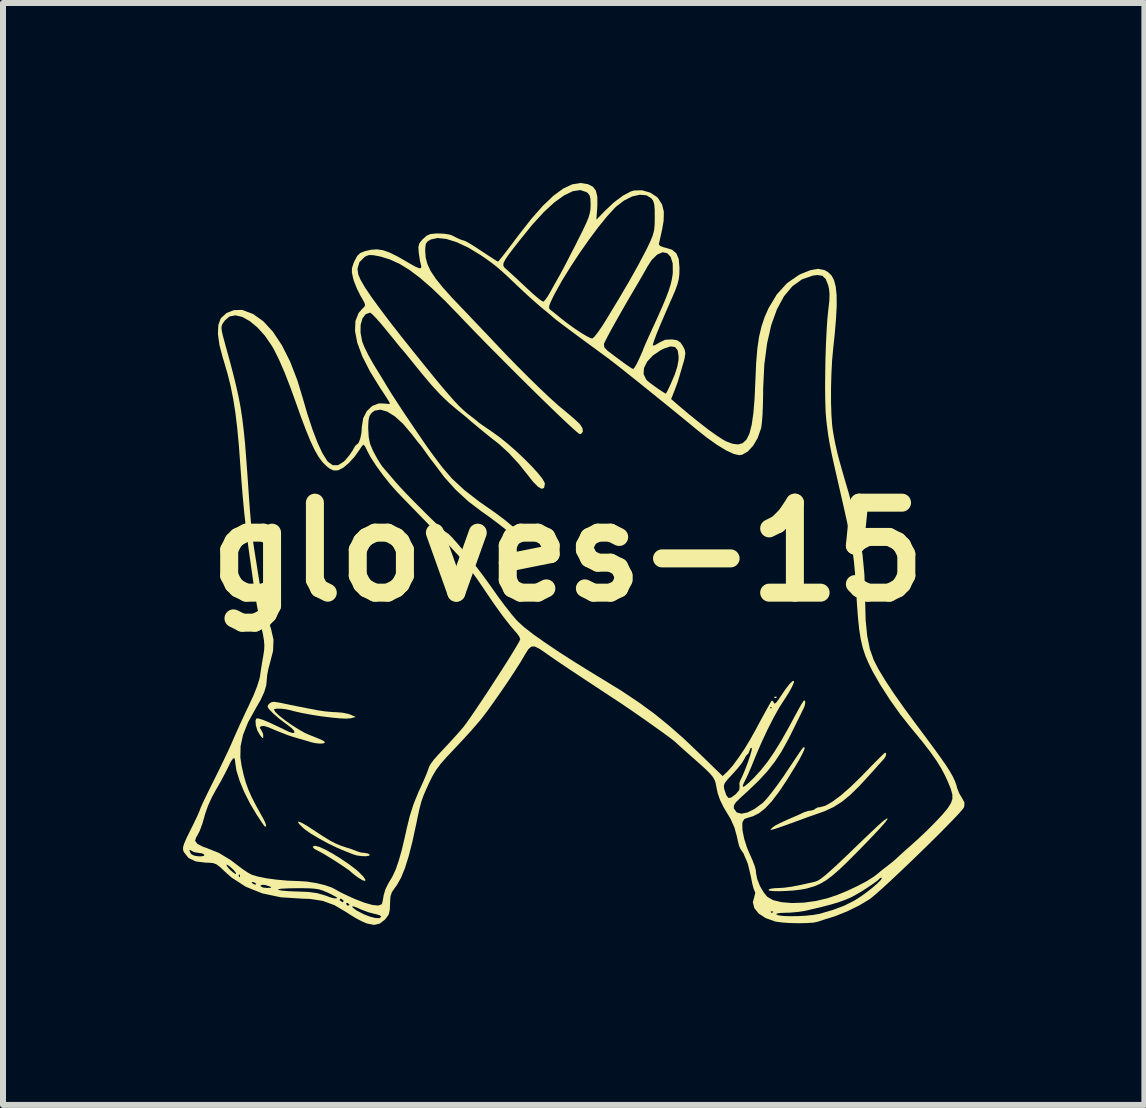
<source format=kicad_pcb>
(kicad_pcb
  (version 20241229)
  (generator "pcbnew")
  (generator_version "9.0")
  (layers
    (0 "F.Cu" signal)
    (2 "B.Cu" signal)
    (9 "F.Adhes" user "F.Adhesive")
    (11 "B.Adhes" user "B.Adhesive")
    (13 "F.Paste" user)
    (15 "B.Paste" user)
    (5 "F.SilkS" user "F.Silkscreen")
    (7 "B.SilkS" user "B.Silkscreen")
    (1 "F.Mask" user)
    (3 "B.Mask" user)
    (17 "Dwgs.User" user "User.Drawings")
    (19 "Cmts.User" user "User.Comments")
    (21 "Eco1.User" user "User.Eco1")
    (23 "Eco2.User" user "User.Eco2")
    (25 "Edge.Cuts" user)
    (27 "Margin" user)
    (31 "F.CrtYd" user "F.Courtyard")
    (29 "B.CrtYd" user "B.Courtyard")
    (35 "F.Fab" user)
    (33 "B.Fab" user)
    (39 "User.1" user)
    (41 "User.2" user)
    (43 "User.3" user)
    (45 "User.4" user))
  (footprint "gloves-15"
    (layer "F.Cu")
    (at 6.413 6.15)
    (property "Reference" "gloves-15" (at 0 0 0) (layer "F.SilkS") (effects (font (size 1.5 1.5) (thickness 0.3))))
    (attr board_only exclude_from_pos_files exclude_from_bom)
    (fp_poly (pts (xy 3.481 2.415) (xy 3.476 2.432) (xy 3.461 2.434) (xy 3.437 2.424) (xy 3.441 2.415) (xy 3.476 2.411)) (stroke (width 0) (type solid)) (fill yes) (layer "F.SilkS"))
    (fp_poly (pts (xy -4.142 4.915) (xy -4.042 4.96) (xy -3.92 5.027) (xy -3.788 5.108) (xy -3.658 5.196) (xy -3.542 5.283) (xy -3.487 5.33) (xy -3.409 5.408) (xy -3.373 5.461) (xy -3.377 5.484) (xy -3.421 5.472) (xy -3.504 5.42) (xy -3.505 5.419) (xy -3.567 5.372) (xy -3.605 5.34) (xy -3.608 5.337) (xy -3.644 5.306) (xy -3.718 5.255) (xy -3.815 5.19) (xy -3.921 5.122) (xy -4.024 5.059) (xy -4.108 5.009) (xy -4.158 4.984) (xy -4.227 4.946) (xy -4.252 4.916) (xy -4.227 4.899) (xy -4.208 4.898)) (stroke (width 0) (type solid)) (fill yes) (layer "F.SilkS"))
    (fp_poly (pts (xy -4.42 4.521) (xy -4.324 4.578) (xy -4.24 4.633) (xy -4.085 4.735) (xy -3.963 4.81) (xy -3.863 4.862) (xy -3.77 4.9) (xy -3.696 4.924) (xy -3.604 4.953) (xy -3.531 4.981) (xy -3.513 4.989) (xy -3.442 5.01) (xy -3.39 5.015) (xy -3.328 5.026) (xy -3.3 5.045) (xy -3.311 5.063) (xy -3.362 5.071) (xy -3.437 5.069) (xy -3.516 5.058) (xy -3.578 5.039) (xy -3.658 5.007) (xy -3.71 4.987) (xy -3.843 4.931) (xy -3.992 4.859) (xy -4.141 4.778) (xy -4.275 4.699) (xy -4.376 4.629) (xy -4.403 4.606) (xy -4.474 4.537) (xy -4.498 4.5) (xy -4.479 4.495)) (stroke (width 0) (type solid)) (fill yes) (layer "F.SilkS"))
    (fp_poly (pts (xy 5.33 4.451) (xy 5.293 4.503) (xy 5.214 4.594) (xy 5.094 4.723) (xy 4.933 4.89) (xy 4.835 4.99) (xy 4.663 5.163) (xy 4.522 5.297) (xy 4.404 5.399) (xy 4.302 5.475) (xy 4.206 5.531) (xy 4.109 5.572) (xy 4.004 5.603) (xy 3.974 5.611) (xy 3.879 5.628) (xy 3.764 5.642) (xy 3.64 5.65) (xy 3.523 5.654) (xy 3.425 5.652) (xy 3.361 5.645) (xy 3.344 5.633) (xy 3.371 5.615) (xy 3.442 5.604) (xy 3.498 5.602) (xy 3.603 5.596) (xy 3.734 5.578) (xy 3.899 5.546) (xy 4.11 5.498) (xy 4.128 5.494) (xy 4.167 5.478) (xy 4.22 5.445) (xy 4.29 5.39) (xy 4.383 5.309) (xy 4.503 5.199) (xy 4.655 5.055) (xy 4.842 4.874) (xy 4.968 4.753) (xy 5.083 4.644) (xy 5.179 4.554) (xy 5.249 4.492) (xy 5.279 4.467) (xy 5.326 4.439)) (stroke (width 0) (type solid)) (fill yes) (layer "F.SilkS"))
    (fp_poly (pts (xy 5.308 3.364) (xy 5.297 3.409) (xy 5.272 3.446) (xy 5.238 3.484) (xy 5.175 3.554) (xy 5.093 3.646) (xy 5.03 3.716) (xy 4.857 3.904) (xy 4.707 4.051) (xy 4.569 4.163) (xy 4.435 4.249) (xy 4.294 4.315) (xy 4.194 4.352) (xy 4.104 4.383) (xy 3.982 4.426) (xy 3.85 4.475) (xy 3.813 4.488) (xy 3.658 4.545) (xy 3.528 4.59) (xy 3.433 4.621) (xy 3.382 4.634) (xy 3.378 4.634) (xy 3.388 4.618) (xy 3.408 4.596) (xy 3.454 4.562) (xy 3.538 4.518) (xy 3.665 4.46) (xy 3.776 4.412) (xy 3.86 4.375) (xy 3.928 4.343) (xy 3.937 4.338) (xy 4.011 4.315) (xy 4.045 4.312) (xy 4.102 4.298) (xy 4.121 4.282) (xy 4.162 4.259) (xy 4.206 4.253) (xy 4.292 4.23) (xy 4.408 4.164) (xy 4.55 4.059) (xy 4.712 3.917) (xy 4.89 3.744) (xy 4.946 3.686) (xy 5.057 3.571) (xy 5.155 3.472) (xy 5.231 3.397) (xy 5.278 3.352) (xy 5.291 3.344)) (stroke (width 0) (type solid)) (fill yes) (layer "F.SilkS"))
    (fp_poly (pts (xy -4.826 2.507) (xy -4.76 2.52) (xy -4.638 2.546) (xy -4.515 2.571) (xy -4.458 2.582) (xy -4.347 2.604) (xy -4.22 2.628) (xy -4.17 2.638) (xy -4.044 2.657) (xy -3.909 2.669) (xy -3.862 2.67) (xy -3.754 2.679) (xy -3.656 2.699) (xy -3.622 2.711) (xy -3.534 2.75) (xy -3.619 2.772) (xy -3.688 2.778) (xy -3.802 2.773) (xy -3.946 2.759) (xy -4.108 2.739) (xy -4.274 2.713) (xy -4.431 2.684) (xy -4.566 2.653) (xy -4.622 2.638) (xy -4.699 2.621) (xy -4.784 2.612) (xy -4.856 2.612) (xy -4.895 2.621) (xy -4.898 2.626) (xy -4.874 2.666) (xy -4.811 2.727) (xy -4.719 2.8) (xy -4.611 2.877) (xy -4.497 2.95) (xy -4.389 3.012) (xy -4.307 3.049) (xy -4.183 3.098) (xy -4.105 3.131) (xy -4.063 3.154) (xy -4.048 3.17) (xy -4.048 3.175) (xy -4.073 3.191) (xy -4.136 3.194) (xy -4.217 3.185) (xy -4.282 3.169) (xy -4.357 3.146) (xy -4.454 3.118) (xy -4.488 3.109) (xy -4.586 3.08) (xy -4.672 3.051) (xy -4.693 3.043) (xy -4.773 3.011) (xy -4.825 2.991) (xy -4.891 2.964) (xy -4.976 2.928) (xy -4.986 2.923) (xy -5.063 2.9) (xy -5.115 2.904) (xy -5.133 2.93) (xy -5.109 2.968) (xy -5.08 3.026) (xy -5.075 3.064) (xy -5.078 3.101) (xy -5.095 3.096) (xy -5.131 3.051) (xy -5.174 2.974) (xy -5.2 2.886) (xy -5.204 2.81) (xy -5.191 2.775) (xy -5.155 2.775) (xy -5.08 2.798) (xy -4.979 2.84) (xy -4.937 2.859) (xy -4.824 2.913) (xy -4.724 2.961) (xy -4.654 2.994) (xy -4.642 3) (xy -4.585 3.017) (xy -4.557 3.013) (xy -4.559 2.983) (xy -4.605 2.933) (xy -4.701 2.86) (xy -4.722 2.845) (xy -4.81 2.778) (xy -4.903 2.697) (xy -4.925 2.676) (xy -4.983 2.615) (xy -5.004 2.577) (xy -4.992 2.547) (xy -4.977 2.53) (xy -4.943 2.505) (xy -4.899 2.497)) (stroke (width 0) (type solid)) (fill yes) (layer "F.SilkS"))
    (fp_poly (pts (xy 0.337 -6.13) (xy 0.419 -6.088) (xy 0.469 -6.021) (xy 0.493 -5.92) (xy 0.493 -5.774) (xy 0.492 -5.748) (xy 0.477 -5.538) (xy 0.621 -5.687) (xy 0.774 -5.831) (xy 0.921 -5.94) (xy 1.051 -6.009) (xy 1.105 -6.025) (xy 1.238 -6.029) (xy 1.373 -5.99) (xy 1.485 -5.918) (xy 1.507 -5.894) (xy 1.572 -5.791) (xy 1.602 -5.67) (xy 1.598 -5.521) (xy 1.574 -5.381) (xy 1.55 -5.271) (xy 1.53 -5.183) (xy 1.519 -5.132) (xy 1.518 -5.129) (xy 1.539 -5.1) (xy 1.606 -5.076) (xy 1.623 -5.073) (xy 1.736 -5.039) (xy 1.81 -4.978) (xy 1.85 -4.881) (xy 1.862 -4.739) (xy 1.862 -4.729) (xy 1.86 -4.631) (xy 1.85 -4.547) (xy 1.828 -4.461) (xy 1.791 -4.358) (xy 1.732 -4.222) (xy 1.713 -4.18) (xy 1.62 -3.966) (xy 1.541 -3.782) (xy 1.48 -3.632) (xy 1.439 -3.522) (xy 1.419 -3.457) (xy 1.418 -3.441) (xy 1.45 -3.446) (xy 1.507 -3.478) (xy 1.523 -3.489) (xy 1.62 -3.536) (xy 1.736 -3.543) (xy 1.823 -3.529) (xy 1.877 -3.493) (xy 1.917 -3.436) (xy 1.95 -3.37) (xy 1.96 -3.313) (xy 1.949 -3.236) (xy 1.937 -3.186) (xy 1.835 -2.84) (xy 1.774 -2.675) (xy 1.723 -2.549) (xy 1.849 -2.44) (xy 2.021 -2.295) (xy 2.19 -2.159) (xy 2.346 -2.038) (xy 2.482 -1.941) (xy 2.588 -1.872) (xy 2.632 -1.847) (xy 2.745 -1.804) (xy 2.839 -1.792) (xy 2.916 -1.814) (xy 2.979 -1.874) (xy 3.029 -1.975) (xy 3.066 -2.121) (xy 3.094 -2.314) (xy 3.114 -2.559) (xy 3.127 -2.859) (xy 3.128 -2.874) (xy 3.14 -3.155) (xy 3.16 -3.389) (xy 3.188 -3.586) (xy 3.229 -3.758) (xy 3.282 -3.917) (xy 3.346 -4.062) (xy 3.485 -4.294) (xy 3.655 -4.481) (xy 3.852 -4.617) (xy 3.886 -4.634) (xy 4.044 -4.697) (xy 4.172 -4.719) (xy 4.278 -4.699) (xy 4.338 -4.665) (xy 4.395 -4.61) (xy 4.438 -4.531) (xy 4.466 -4.425) (xy 4.481 -4.284) (xy 4.483 -4.106) (xy 4.471 -3.883) (xy 4.448 -3.612) (xy 4.425 -3.402) (xy 4.406 -3.193) (xy 4.394 -2.962) (xy 4.388 -2.723) (xy 4.388 -2.491) (xy 4.395 -2.279) (xy 4.408 -2.102) (xy 4.421 -2.009) (xy 4.44 -1.901) (xy 4.458 -1.808) (xy 4.478 -1.719) (xy 4.5 -1.624) (xy 4.529 -1.515) (xy 4.567 -1.38) (xy 4.616 -1.21) (xy 4.679 -0.996) (xy 4.691 -0.953) (xy 4.79 -0.591) (xy 4.864 -0.261) (xy 4.914 0.054) (xy 4.944 0.371) (xy 4.956 0.711) (xy 4.957 0.82) (xy 4.965 1.134) (xy 4.991 1.397) (xy 5.035 1.617) (xy 5.099 1.798) (xy 5.102 1.805) (xy 5.179 1.954) (xy 5.293 2.143) (xy 5.44 2.365) (xy 5.617 2.616) (xy 5.807 2.874) (xy 5.976 3.1) (xy 6.113 3.286) (xy 6.222 3.437) (xy 6.307 3.559) (xy 6.37 3.658) (xy 6.417 3.741) (xy 6.451 3.813) (xy 6.476 3.88) (xy 6.494 3.946) (xy 6.527 4.027) (xy 6.573 4.104) (xy 6.612 4.175) (xy 6.609 4.239) (xy 6.604 4.256) (xy 6.575 4.296) (xy 6.51 4.37) (xy 6.413 4.472) (xy 6.291 4.597) (xy 6.151 4.738) (xy 5.997 4.89) (xy 5.835 5.048) (xy 5.673 5.204) (xy 5.515 5.354) (xy 5.368 5.492) (xy 5.238 5.611) (xy 5.131 5.706) (xy 5.052 5.772) (xy 5.024 5.792) (xy 4.855 5.893) (xy 4.657 5.99) (xy 4.461 6.069) (xy 4.37 6.098) (xy 4.274 6.127) (xy 4.191 6.155) (xy 4.171 6.162) (xy 4.1 6.177) (xy 3.988 6.185) (xy 3.852 6.188) (xy 3.71 6.185) (xy 3.578 6.176) (xy 3.474 6.162) (xy 3.452 6.157) (xy 3.298 6.102) (xy 3.207 6.042) (xy 3.476 6.042) (xy 3.514 6.057) (xy 3.597 6.067) (xy 3.71 6.071) (xy 3.84 6.069) (xy 3.973 6.062) (xy 4.095 6.049) (xy 4.191 6.032) (xy 4.2 6.03) (xy 4.426 5.964) (xy 4.611 5.894) (xy 4.771 5.813) (xy 4.79 5.802) (xy 4.884 5.742) (xy 4.985 5.669) (xy 5.081 5.594) (xy 5.161 5.524) (xy 5.217 5.468) (xy 5.237 5.434) (xy 5.235 5.431) (xy 5.206 5.433) (xy 5.197 5.444) (xy 5.16 5.479) (xy 5.086 5.533) (xy 4.99 5.598) (xy 4.887 5.664) (xy 4.79 5.72) (xy 4.722 5.756) (xy 4.621 5.799) (xy 4.511 5.839) (xy 4.379 5.878) (xy 4.214 5.921) (xy 4.005 5.97) (xy 3.954 5.982) (xy 3.844 5.999) (xy 3.713 6.011) (xy 3.637 6.013) (xy 3.535 6.017) (xy 3.481 6.029) (xy 3.476 6.042) (xy 3.207 6.042) (xy 3.182 6.026) (xy 3.156 5.993) (xy 3.383 5.993) (xy 3.387 6.011) (xy 3.402 6.013) (xy 3.426 6.002) (xy 3.422 5.993) (xy 3.387 5.99) (xy 3.383 5.993) (xy 3.156 5.993) (xy 3.11 5.936) (xy 3.085 5.838) (xy 3.109 5.748) (xy 3.126 5.679) (xy 3.114 5.652) (xy 3.096 5.607) (xy 3.074 5.522) (xy 3.053 5.413) (xy 3.05 5.399) (xy 3.001 5.195) (xy 2.929 5.025) (xy 2.874 4.942) (xy 2.856 4.899) (xy 2.835 4.818) (xy 2.818 4.737) (xy 2.778 4.593) (xy 2.715 4.451) (xy 2.693 4.414) (xy 2.6 4.259) (xy 2.538 4.134) (xy 2.499 4.022) (xy 2.477 3.918) (xy 2.473 3.894) (xy 2.602 3.894) (xy 2.605 3.939) (xy 2.61 3.958) (xy 2.643 4.055) (xy 2.677 4.099) (xy 2.722 4.094) (xy 2.791 4.044) (xy 2.801 4.036) (xy 2.859 3.968) (xy 2.864 3.917) (xy 2.861 3.851) (xy 2.871 3.819) (xy 2.917 3.721) (xy 2.964 3.607) (xy 3.007 3.492) (xy 3.042 3.387) (xy 3.065 3.307) (xy 3.069 3.265) (xy 3.068 3.263) (xy 3.047 3.271) (xy 3.031 3.308) (xy 3.011 3.359) (xy 2.995 3.373) (xy 2.972 3.397) (xy 2.941 3.454) (xy 2.94 3.456) (xy 2.902 3.518) (xy 2.835 3.603) (xy 2.754 3.694) (xy 2.744 3.705) (xy 2.664 3.791) (xy 2.619 3.849) (xy 2.602 3.894) (xy 2.473 3.894) (xy 2.466 3.858) (xy 2.45 3.806) (xy 2.422 3.755) (xy 2.375 3.698) (xy 2.304 3.626) (xy 2.201 3.532) (xy 2.061 3.408) (xy 2.053 3.401) (xy 1.952 3.312) (xy 1.868 3.237) (xy 1.811 3.185) (xy 1.789 3.164) (xy 1.757 3.138) (xy 1.686 3.084) (xy 1.585 3.01) (xy 1.463 2.923) (xy 1.328 2.827) (xy 1.191 2.731) (xy 1.059 2.639) (xy 0.942 2.56) (xy 0.88 2.518) (xy 0.617 2.345) (xy 0.399 2.201) (xy 0.218 2.082) (xy 0.071 1.984) (xy -0.048 1.905) (xy -0.145 1.839) (xy -0.225 1.785) (xy -0.292 1.738) (xy -0.353 1.695) (xy -0.363 1.688) (xy -0.473 1.613) (xy -0.551 1.575) (xy -0.607 1.577) (xy -0.656 1.62) (xy -0.71 1.705) (xy -0.725 1.731) (xy -0.79 1.841) (xy -0.882 1.985) (xy -0.991 2.151) (xy -1.109 2.324) (xy -1.227 2.492) (xy -1.335 2.643) (xy -1.426 2.763) (xy -1.429 2.767) (xy -1.514 2.869) (xy -1.626 2.997) (xy -1.753 3.136) (xy -1.879 3.27) (xy -1.893 3.285) (xy -2.024 3.424) (xy -2.122 3.536) (xy -2.195 3.635) (xy -2.254 3.734) (xy -2.301 3.828) (xy -2.362 3.96) (xy -2.407 4.067) (xy -2.441 4.165) (xy -2.47 4.273) (xy -2.5 4.41) (xy -2.522 4.517) (xy -2.587 4.818) (xy -2.65 5.067) (xy -2.713 5.267) (xy -2.777 5.426) (xy -2.845 5.548) (xy -2.888 5.607) (xy -2.933 5.673) (xy -2.956 5.747) (xy -2.962 5.853) (xy -2.962 5.865) (xy -2.967 5.97) (xy -2.984 6.041) (xy -3.024 6.1) (xy -3.047 6.127) (xy -3.133 6.194) (xy -3.228 6.216) (xy -3.344 6.193) (xy -3.42 6.162) (xy -3.514 6.114) (xy -3.624 6.048) (xy -3.692 6.003) (xy -3.831 5.921) (xy -3.59 5.921) (xy -3.541 5.96) (xy -3.512 5.979) (xy -3.405 6.036) (xy -3.298 6.078) (xy -3.205 6.101) (xy -3.138 6.103) (xy -3.109 6.08) (xy -3.109 6.075) (xy -3.135 6.055) (xy -3.199 6.036) (xy -3.219 6.032) (xy -3.316 6.007) (xy -3.425 5.967) (xy -3.457 5.953) (xy -3.544 5.915) (xy -3.59 5.905) (xy -3.59 5.921) (xy -3.831 5.921) (xy -3.888 5.887) (xy -3.951 5.864) (xy -3.696 5.864) (xy -3.674 5.894) (xy -3.666 5.895) (xy -3.638 5.885) (xy -3.637 5.882) (xy -3.658 5.857) (xy -3.666 5.851) (xy -3.693 5.854) (xy -3.696 5.864) (xy -3.951 5.864) (xy -4.082 5.816) (xy -4.208 5.796) (xy -3.803 5.796) (xy -3.798 5.807) (xy -3.759 5.836) (xy -3.751 5.837) (xy -3.735 5.819) (xy -3.74 5.807) (xy -3.778 5.779) (xy -3.787 5.778) (xy -3.803 5.796) (xy -4.208 5.796) (xy -4.295 5.783) (xy -4.429 5.778) (xy -4.779 5.756) (xy -5.092 5.69) (xy -5.262 5.622) (xy -4.828 5.622) (xy -4.825 5.631) (xy -4.77 5.643) (xy -4.673 5.652) (xy -4.553 5.658) (xy -4.504 5.659) (xy -4.324 5.666) (xy -4.179 5.686) (xy -4.042 5.725) (xy -3.974 5.751) (xy -3.903 5.772) (xy -3.853 5.774) (xy -3.842 5.764) (xy -3.867 5.746) (xy -3.93 5.712) (xy -4.004 5.676) (xy -4.08 5.644) (xy -4.149 5.623) (xy -4.229 5.611) (xy -4.332 5.605) (xy -4.475 5.604) (xy -4.525 5.604) (xy -4.677 5.607) (xy -4.779 5.613) (xy -4.828 5.622) (xy -5.262 5.622) (xy -5.368 5.579) (xy -5.395 5.562) (xy -5.121 5.562) (xy -5.118 5.573) (xy -5.079 5.593) (xy -5.009 5.6) (xy -5.006 5.6) (xy -4.948 5.596) (xy -4.944 5.587) (xy -4.971 5.573) (xy -5.042 5.551) (xy -5.097 5.547) (xy -5.121 5.562) (xy -5.395 5.562) (xy -5.488 5.501) (xy -5.267 5.501) (xy -5.265 5.514) (xy -5.233 5.539) (xy -5.2 5.543) (xy -5.191 5.532) (xy -5.214 5.513) (xy -5.237 5.503) (xy -5.267 5.501) (xy -5.488 5.501) (xy -5.607 5.424) (xy -5.637 5.397) (xy -5.485 5.397) (xy -5.474 5.421) (xy -5.465 5.416) (xy -5.462 5.382) (xy -5.465 5.377) (xy -5.483 5.381) (xy -5.485 5.397) (xy -5.637 5.397) (xy -5.712 5.33) (xy -5.794 5.252) (xy -5.85 5.21) (xy -5.688 5.21) (xy -5.68 5.236) (xy -5.643 5.282) (xy -5.593 5.329) (xy -5.548 5.362) (xy -5.531 5.367) (xy -5.53 5.35) (xy -5.564 5.306) (xy -5.587 5.283) (xy -5.644 5.233) (xy -5.682 5.21) (xy -5.688 5.21) (xy -5.85 5.21) (xy -5.854 5.207) (xy -5.912 5.185) (xy -5.986 5.179) (xy -6.036 5.178) (xy -6.2 5.158) (xy -6.321 5.1) (xy -6.398 5.003) (xy -6.401 4.997) (xy -6.408 4.974) (xy -6.306 4.974) (xy -6.287 5.019) (xy -6.271 5.039) (xy -6.228 5.061) (xy -6.165 5.072) (xy -6.103 5.073) (xy -6.061 5.063) (xy -6.057 5.045) (xy -6.097 5.023) (xy -6.155 5.015) (xy -6.228 5.003) (xy -6.271 4.98) (xy -6.3 4.964) (xy -6.306 4.974) (xy -6.408 4.974) (xy -6.413 4.96) (xy -6.411 4.915) (xy -6.391 4.853) (xy -6.374 4.814) (xy -6.211 4.814) (xy -6.172 4.866) (xy -6.077 4.914) (xy -6.035 4.928) (xy -5.818 5.014) (xy -5.619 5.134) (xy -5.517 5.212) (xy -5.422 5.284) (xy -5.33 5.345) (xy -5.268 5.379) (xy -5.164 5.41) (xy -5.019 5.439) (xy -4.849 5.462) (xy -4.67 5.478) (xy -4.5 5.485) (xy -4.491 5.485) (xy -4.347 5.494) (xy -4.194 5.518) (xy -4.048 5.553) (xy -3.927 5.595) (xy -3.85 5.637) (xy -3.809 5.661) (xy -3.727 5.702) (xy -3.62 5.752) (xy -3.557 5.78) (xy -3.391 5.845) (xy -3.256 5.883) (xy -3.159 5.893) (xy -3.104 5.873) (xy -3.096 5.859) (xy -3.083 5.807) (xy -3.069 5.727) (xy -3.067 5.715) (xy -3.037 5.617) (xy -2.988 5.519) (xy -2.982 5.51) (xy -2.922 5.409) (xy -2.868 5.292) (xy -2.818 5.148) (xy -2.767 4.969) (xy -2.714 4.745) (xy -2.685 4.612) (xy -2.631 4.393) (xy -2.568 4.196) (xy -2.485 3.993) (xy -2.449 3.916) (xy -2.399 3.806) (xy -2.358 3.708) (xy -2.332 3.641) (xy -2.331 3.637) (xy -2.311 3.581) (xy -2.281 3.527) (xy -2.233 3.463) (xy -2.16 3.38) (xy -2.053 3.266) (xy -2.048 3.26) (xy -1.946 3.151) (xy -1.842 3.036) (xy -1.755 2.936) (xy -1.739 2.917) (xy -1.689 2.851) (xy -1.618 2.75) (xy -1.529 2.62) (xy -1.429 2.471) (xy -1.322 2.309) (xy -1.213 2.141) (xy -1.106 1.976) (xy -1.008 1.822) (xy -0.923 1.685) (xy -0.855 1.573) (xy -0.81 1.494) (xy -0.792 1.456) (xy -0.792 1.455) (xy -0.81 1.407) (xy -0.843 1.362) (xy -0.96 1.226) (xy -1.084 1.067) (xy -1.222 0.875) (xy -1.381 0.642) (xy -1.408 0.601) (xy -1.511 0.45) (xy -1.608 0.316) (xy -1.709 0.189) (xy -1.823 0.058) (xy -1.959 -0.089) (xy -2.126 -0.262) (xy -2.171 -0.308) (xy -2.322 -0.462) (xy -2.47 -0.614) (xy -2.607 -0.755) (xy -2.725 -0.876) (xy -2.814 -0.969) (xy -2.842 -0.997) (xy -2.96 -1.131) (xy -3.079 -1.28) (xy -3.19 -1.432) (xy -3.281 -1.572) (xy -3.343 -1.686) (xy -3.346 -1.694) (xy -3.377 -1.757) (xy -3.401 -1.788) (xy -3.403 -1.789) (xy -3.428 -1.767) (xy -3.465 -1.713) (xy -3.468 -1.708) (xy -3.552 -1.589) (xy -3.647 -1.484) (xy -3.742 -1.404) (xy -3.822 -1.363) (xy -3.831 -1.361) (xy -3.9 -1.358) (xy -3.964 -1.386) (xy -4.024 -1.433) (xy -4.091 -1.501) (xy -4.155 -1.589) (xy -4.22 -1.703) (xy -4.289 -1.849) (xy -4.365 -2.035) (xy -4.452 -2.266) (xy -4.517 -2.449) (xy -4.626 -2.751) (xy -4.724 -3.002) (xy -4.814 -3.208) (xy -4.897 -3.375) (xy -4.934 -3.439) (xy -5.047 -3.603) (xy -5.171 -3.741) (xy -5.299 -3.847) (xy -5.423 -3.917) (xy -5.537 -3.944) (xy -5.633 -3.926) (xy -5.647 -3.917) (xy -5.713 -3.86) (xy -5.75 -3.81) (xy -5.766 -3.775) (xy -5.772 -3.737) (xy -5.766 -3.683) (xy -5.748 -3.602) (xy -5.714 -3.478) (xy -5.708 -3.454) (xy -5.636 -3.195) (xy -5.577 -2.971) (xy -5.528 -2.772) (xy -5.487 -2.588) (xy -5.453 -2.409) (xy -5.425 -2.226) (xy -5.401 -2.029) (xy -5.379 -1.809) (xy -5.359 -1.555) (xy -5.337 -1.258) (xy -5.323 -1.056) (xy -5.307 -0.82) (xy -5.292 -0.629) (xy -5.278 -0.469) (xy -5.264 -0.328) (xy -5.247 -0.192) (xy -5.226 -0.048) (xy -5.2 0.119) (xy -5.195 0.147) (xy -5.173 0.288) (xy -5.148 0.443) (xy -5.135 0.528) (xy -5.1 0.71) (xy -5.052 0.917) (xy -4.996 1.121) (xy -4.944 1.287) (xy -4.904 1.464) (xy -4.912 1.65) (xy -4.958 1.83) (xy -4.989 1.944) (xy -5.01 2.053) (xy -5.015 2.112) (xy -5.025 2.221) (xy -5.058 2.333) (xy -5.118 2.464) (xy -5.2 2.606) (xy -5.328 2.838) (xy -5.411 3.045) (xy -5.453 3.236) (xy -5.457 3.423) (xy -5.437 3.557) (xy -5.404 3.707) (xy -5.369 3.835) (xy -5.326 3.955) (xy -5.271 4.08) (xy -5.197 4.224) (xy -5.099 4.401) (xy -5.077 4.44) (xy -5.042 4.511) (xy -5.027 4.56) (xy -5.029 4.569) (xy -5.038 4.578) (xy -5.049 4.576) (xy -5.068 4.553) (xy -5.103 4.502) (xy -5.162 4.413) (xy -5.181 4.385) (xy -5.294 4.196) (xy -5.393 4) (xy -5.47 3.812) (xy -5.522 3.644) (xy -5.543 3.507) (xy -5.543 3.494) (xy -5.552 3.441) (xy -5.577 3.441) (xy -5.616 3.495) (xy -5.66 3.586) (xy -5.71 3.686) (xy -5.777 3.812) (xy -5.849 3.939) (xy -5.861 3.958) (xy -5.932 4.089) (xy -5.996 4.23) (xy -6.04 4.355) (xy -6.044 4.369) (xy -6.091 4.532) (xy -6.135 4.65) (xy -6.18 4.736) (xy -6.194 4.756) (xy -6.211 4.814) (xy -6.374 4.814) (xy -6.352 4.763) (xy -6.287 4.632) (xy -6.282 4.622) (xy -6.222 4.501) (xy -6.173 4.397) (xy -6.141 4.325) (xy -6.13 4.294) (xy -6.117 4.26) (xy -6.083 4.183) (xy -6.03 4.072) (xy -5.963 3.936) (xy -5.902 3.813) (xy -5.817 3.642) (xy -5.734 3.47) (xy -5.658 3.31) (xy -5.599 3.179) (xy -5.575 3.124) (xy -5.521 3) (xy -5.45 2.845) (xy -5.374 2.68) (xy -5.313 2.553) (xy -5.238 2.391) (xy -5.179 2.243) (xy -5.141 2.123) (xy -5.129 2.069) (xy -5.113 1.956) (xy -5.091 1.821) (xy -5.075 1.731) (xy -5.061 1.64) (xy -5.057 1.561) (xy -5.063 1.476) (xy -5.081 1.369) (xy -5.113 1.223) (xy -5.114 1.217) (xy -5.149 1.056) (xy -5.182 0.885) (xy -5.209 0.731) (xy -5.22 0.66) (xy -5.24 0.515) (xy -5.261 0.362) (xy -5.279 0.235) (xy -5.325 -0.093) (xy -5.362 -0.382) (xy -5.392 -0.651) (xy -5.417 -0.918) (xy -5.44 -1.203) (xy -5.456 -1.423) (xy -5.481 -1.767) (xy -5.509 -2.064) (xy -5.54 -2.323) (xy -5.577 -2.555) (xy -5.62 -2.77) (xy -5.673 -2.98) (xy -5.736 -3.195) (xy -5.751 -3.241) (xy -5.806 -3.451) (xy -5.831 -3.634) (xy -5.824 -3.783) (xy -5.785 -3.891) (xy -5.78 -3.898) (xy -5.687 -3.983) (xy -5.564 -4.031) (xy -5.432 -4.035) (xy -5.419 -4.032) (xy -5.243 -3.966) (xy -5.074 -3.845) (xy -4.914 -3.671) (xy -4.765 -3.447) (xy -4.629 -3.177) (xy -4.507 -2.863) (xy -4.426 -2.596) (xy -4.339 -2.298) (xy -4.253 -2.037) (xy -4.169 -1.818) (xy -4.089 -1.647) (xy -4.015 -1.527) (xy -3.996 -1.503) (xy -3.916 -1.446) (xy -3.828 -1.447) (xy -3.734 -1.505) (xy -3.7 -1.54) (xy -3.635 -1.619) (xy -3.584 -1.694) (xy -3.573 -1.716) (xy -3.542 -1.769) (xy -3.52 -1.789) (xy -3.488 -1.816) (xy -3.46 -1.885) (xy -3.439 -1.981) (xy -3.432 -2.087) (xy -3.41 -2.229) (xy -3.349 -2.348) (xy -3.26 -2.433) (xy -3.149 -2.476) (xy -3.052 -2.474) (xy -2.99 -2.467) (xy -2.962 -2.472) (xy -2.962 -2.473) (xy -2.978 -2.503) (xy -3.019 -2.57) (xy -3.079 -2.663) (xy -3.126 -2.733) (xy -3.297 -3.01) (xy -3.425 -3.262) (xy -3.508 -3.487) (xy -3.546 -3.684) (xy -3.539 -3.849) (xy -3.487 -3.982) (xy -3.427 -4.051) (xy -3.392 -4.084) (xy -3.378 -4.114) (xy -3.389 -4.155) (xy -3.427 -4.224) (xy -3.457 -4.275) (xy -3.514 -4.389) (xy -3.563 -4.513) (xy -3.578 -4.564) (xy -3.598 -4.659) (xy -3.597 -4.72) (xy -3.505 -4.72) (xy -3.491 -4.623) (xy -3.453 -4.536) (xy -3.385 -4.418) (xy -3.285 -4.268) (xy -3.152 -4.084) (xy -2.985 -3.862) (xy -2.781 -3.6) (xy -2.576 -3.343) (xy -2.384 -3.105) (xy -2.224 -2.908) (xy -2.091 -2.747) (xy -1.98 -2.618) (xy -1.888 -2.514) (xy -1.81 -2.432) (xy -1.741 -2.366) (xy -1.677 -2.311) (xy -1.628 -2.273) (xy -1.557 -2.219) (xy -1.508 -2.179) (xy -1.496 -2.168) (xy -1.467 -2.145) (xy -1.4 -2.098) (xy -1.307 -2.035) (xy -1.249 -1.995) (xy -1.125 -1.905) (xy -0.99 -1.795) (xy -0.852 -1.674) (xy -0.719 -1.548) (xy -0.598 -1.426) (xy -0.497 -1.314) (xy -0.423 -1.221) (xy -0.385 -1.154) (xy -0.381 -1.135) (xy -0.395 -1.068) (xy -0.433 -1.052) (xy -0.495 -1.086) (xy -0.578 -1.17) (xy -0.656 -1.269) (xy -0.814 -1.467) (xy -0.981 -1.648) (xy -1.142 -1.796) (xy -1.203 -1.844) (xy -1.263 -1.89) (xy -1.347 -1.958) (xy -1.443 -2.036) (xy -1.537 -2.114) (xy -1.616 -2.18) (xy -1.665 -2.223) (xy -1.672 -2.229) (xy -1.701 -2.254) (xy -1.762 -2.304) (xy -1.833 -2.361) (xy -1.981 -2.486) (xy -2.121 -2.62) (xy -2.264 -2.774) (xy -2.423 -2.962) (xy -2.495 -3.05) (xy -2.587 -3.165) (xy -2.666 -3.262) (xy -2.725 -3.334) (xy -2.756 -3.37) (xy -2.758 -3.373) (xy -2.782 -3.4) (xy -2.835 -3.464) (xy -2.909 -3.556) (xy -2.999 -3.666) (xy -3.017 -3.688) (xy -3.109 -3.8) (xy -3.191 -3.893) (xy -3.255 -3.959) (xy -3.292 -3.988) (xy -3.295 -3.989) (xy -3.369 -3.963) (xy -3.422 -3.892) (xy -3.452 -3.787) (xy -3.454 -3.658) (xy -3.428 -3.517) (xy -3.421 -3.494) (xy -3.384 -3.403) (xy -3.324 -3.283) (xy -3.253 -3.156) (xy -3.222 -3.104) (xy -3.146 -2.98) (xy -3.07 -2.856) (xy -3.009 -2.754) (xy -2.99 -2.723) (xy -2.935 -2.634) (xy -2.854 -2.509) (xy -2.756 -2.359) (xy -2.648 -2.198) (xy -2.538 -2.035) (xy -2.435 -1.884) (xy -2.346 -1.755) (xy -2.279 -1.662) (xy -2.268 -1.646) (xy -2.195 -1.549) (xy -2.121 -1.451) (xy -2.089 -1.408) (xy -1.929 -1.223) (xy -1.722 -1.031) (xy -1.48 -0.843) (xy -1.377 -0.771) (xy -1.205 -0.651) (xy -1.052 -0.536) (xy -0.925 -0.432) (xy -0.831 -0.344) (xy -0.775 -0.278) (xy -0.763 -0.247) (xy -0.772 -0.214) (xy -0.802 -0.212) (xy -0.86 -0.243) (xy -0.952 -0.309) (xy -1.036 -0.376) (xy -1.158 -0.472) (xy -1.291 -0.572) (xy -1.408 -0.656) (xy -1.428 -0.669) (xy -1.654 -0.84) (xy -1.869 -1.038) (xy -2.055 -1.244) (xy -2.098 -1.301) (xy -2.168 -1.394) (xy -2.227 -1.473) (xy -2.265 -1.522) (xy -2.268 -1.525) (xy -2.307 -1.577) (xy -2.36 -1.651) (xy -2.375 -1.672) (xy -2.423 -1.739) (xy -2.456 -1.783) (xy -2.462 -1.789) (xy -2.487 -1.818) (xy -2.536 -1.881) (xy -2.6 -1.964) (xy -2.602 -1.966) (xy -2.744 -2.135) (xy -2.882 -2.26) (xy -3.01 -2.34) (xy -3.124 -2.372) (xy -3.22 -2.355) (xy -3.273 -2.314) (xy -3.304 -2.267) (xy -3.32 -2.202) (xy -3.326 -2.102) (xy -3.325 -2.043) (xy -3.317 -1.91) (xy -3.295 -1.804) (xy -3.249 -1.694) (xy -3.229 -1.654) (xy -3.174 -1.554) (xy -3.121 -1.468) (xy -3.086 -1.418) (xy -3.044 -1.37) (xy -2.976 -1.291) (xy -2.897 -1.198) (xy -2.875 -1.172) (xy -2.806 -1.095) (xy -2.714 -0.996) (xy -2.605 -0.883) (xy -2.487 -0.764) (xy -2.368 -0.645) (xy -2.256 -0.535) (xy -2.157 -0.44) (xy -2.079 -0.369) (xy -2.03 -0.329) (xy -2.019 -0.323) (xy -1.986 -0.3) (xy -1.924 -0.238) (xy -1.841 -0.144) (xy -1.741 -0.026) (xy -1.631 0.11) (xy -1.518 0.254) (xy -1.407 0.4) (xy -1.305 0.541) (xy -1.257 0.609) (xy -1.151 0.758) (xy -1.042 0.904) (xy -0.94 1.034) (xy -0.855 1.134) (xy -0.827 1.163) (xy -0.724 1.256) (xy -0.573 1.373) (xy -0.379 1.51) (xy -0.146 1.667) (xy 0.121 1.838) (xy 0.418 2.022) (xy 0.568 2.113) (xy 0.894 2.313) (xy 1.179 2.503) (xy 1.44 2.693) (xy 1.689 2.895) (xy 1.943 3.119) (xy 2.207 3.371) (xy 2.582 3.735) (xy 2.671 3.65) (xy 2.748 3.563) (xy 2.841 3.437) (xy 2.944 3.285) (xy 3.045 3.118) (xy 3.131 2.964) (xy 3.198 2.838) (xy 3.267 2.712) (xy 3.329 2.598) (xy 3.331 2.596) (xy 3.373 2.596) (xy 3.388 2.61) (xy 3.402 2.596) (xy 3.388 2.581) (xy 3.373 2.596) (xy 3.331 2.596) (xy 3.377 2.513) (xy 3.396 2.48) (xy 3.417 2.48) (xy 3.431 2.506) (xy 3.447 2.528) (xy 3.473 2.512) (xy 3.517 2.454) (xy 3.544 2.413) (xy 3.63 2.286) (xy 3.699 2.197) (xy 3.748 2.151) (xy 3.771 2.148) (xy 3.767 2.181) (xy 3.737 2.249) (xy 3.689 2.337) (xy 3.63 2.431) (xy 3.608 2.464) (xy 3.525 2.593) (xy 3.43 2.764) (xy 3.329 2.962) (xy 3.23 3.174) (xy 3.139 3.385) (xy 3.108 3.461) (xy 3.057 3.586) (xy 3.007 3.702) (xy 2.966 3.789) (xy 2.955 3.809) (xy 2.919 3.886) (xy 2.918 3.916) (xy 2.953 3.901) (xy 3.024 3.84) (xy 3.103 3.763) (xy 3.218 3.637) (xy 3.329 3.498) (xy 3.44 3.337) (xy 3.558 3.146) (xy 3.688 2.916) (xy 3.797 2.713) (xy 3.852 2.612) (xy 3.898 2.531) (xy 3.929 2.484) (xy 3.932 2.48) (xy 3.954 2.475) (xy 3.959 2.509) (xy 3.949 2.563) (xy 3.933 2.603) (xy 3.908 2.653) (xy 3.866 2.739) (xy 3.814 2.845) (xy 3.8 2.874) (xy 3.678 3.118) (xy 3.566 3.321) (xy 3.452 3.495) (xy 3.327 3.655) (xy 3.18 3.814) (xy 3.002 3.985) (xy 2.878 4.098) (xy 2.804 4.17) (xy 2.77 4.222) (xy 2.767 4.268) (xy 2.77 4.277) (xy 2.815 4.34) (xy 2.892 4.362) (xy 2.994 4.342) (xy 3.114 4.283) (xy 3.243 4.187) (xy 3.263 4.169) (xy 3.321 4.107) (xy 3.401 4.007) (xy 3.496 3.881) (xy 3.596 3.74) (xy 3.645 3.666) (xy 3.748 3.513) (xy 3.822 3.402) (xy 3.873 3.326) (xy 3.906 3.281) (xy 3.925 3.258) (xy 3.936 3.252) (xy 3.942 3.257) (xy 3.949 3.264) (xy 3.942 3.295) (xy 3.91 3.365) (xy 3.858 3.463) (xy 3.804 3.555) (xy 3.651 3.803) (xy 3.517 4.003) (xy 3.398 4.158) (xy 3.29 4.273) (xy 3.188 4.354) (xy 3.087 4.405) (xy 3.014 4.426) (xy 2.945 4.45) (xy 2.914 4.497) (xy 2.909 4.53) (xy 2.912 4.638) (xy 2.94 4.777) (xy 2.986 4.923) (xy 3.018 5.001) (xy 3.078 5.135) (xy 3.115 5.231) (xy 3.134 5.3) (xy 3.138 5.352) (xy 3.157 5.45) (xy 3.203 5.567) (xy 3.268 5.677) (xy 3.327 5.748) (xy 3.423 5.803) (xy 3.563 5.837) (xy 3.736 5.851) (xy 3.931 5.845) (xy 4.136 5.817) (xy 4.326 5.772) (xy 4.485 5.719) (xy 4.656 5.649) (xy 4.826 5.569) (xy 4.98 5.488) (xy 5.104 5.41) (xy 5.168 5.36) (xy 5.214 5.321) (xy 5.285 5.265) (xy 5.317 5.241) (xy 5.401 5.175) (xy 5.476 5.111) (xy 5.493 5.094) (xy 5.553 5.039) (xy 5.635 4.965) (xy 5.691 4.916) (xy 5.837 4.785) (xy 5.983 4.647) (xy 6.119 4.511) (xy 6.234 4.389) (xy 6.318 4.29) (xy 6.342 4.258) (xy 6.388 4.183) (xy 6.411 4.115) (xy 6.41 4.041) (xy 6.384 3.948) (xy 6.333 3.823) (xy 6.294 3.738) (xy 6.228 3.612) (xy 6.146 3.479) (xy 6.04 3.329) (xy 5.905 3.155) (xy 5.736 2.949) (xy 5.71 2.918) (xy 5.539 2.702) (xy 5.367 2.459) (xy 5.208 2.212) (xy 5.082 1.992) (xy 5.014 1.855) (xy 4.959 1.726) (xy 4.916 1.595) (xy 4.883 1.453) (xy 4.857 1.289) (xy 4.837 1.092) (xy 4.819 0.852) (xy 4.81 0.704) (xy 4.798 0.499) (xy 4.785 0.322) (xy 4.77 0.163) (xy 4.751 0.011) (xy 4.726 -0.145) (xy 4.694 -0.316) (xy 4.652 -0.513) (xy 4.6 -0.747) (xy 4.546 -0.983) (xy 4.49 -1.228) (xy 4.445 -1.426) (xy 4.409 -1.586) (xy 4.382 -1.717) (xy 4.361 -1.828) (xy 4.344 -1.929) (xy 4.33 -2.03) (xy 4.316 -2.139) (xy 4.309 -2.2) (xy 4.298 -2.335) (xy 4.292 -2.516) (xy 4.289 -2.731) (xy 4.291 -2.967) (xy 4.295 -3.213) (xy 4.303 -3.456) (xy 4.314 -3.683) (xy 4.327 -3.883) (xy 4.343 -4.043) (xy 4.344 -4.047) (xy 4.36 -4.194) (xy 4.363 -4.303) (xy 4.353 -4.392) (xy 4.341 -4.445) (xy 4.3 -4.549) (xy 4.245 -4.603) (xy 4.161 -4.616) (xy 4.087 -4.607) (xy 3.905 -4.544) (xy 3.744 -4.429) (xy 3.604 -4.262) (xy 3.487 -4.046) (xy 3.392 -3.783) (xy 3.322 -3.474) (xy 3.276 -3.122) (xy 3.257 -2.729) (xy 3.256 -2.624) (xy 3.253 -2.458) (xy 3.247 -2.301) (xy 3.237 -2.169) (xy 3.225 -2.075) (xy 3.221 -2.059) (xy 3.167 -1.903) (xy 3.091 -1.772) (xy 3.002 -1.675) (xy 2.907 -1.621) (xy 2.858 -1.613) (xy 2.767 -1.634) (xy 2.642 -1.692) (xy 2.49 -1.784) (xy 2.318 -1.906) (xy 2.132 -2.054) (xy 2.126 -2.059) (xy 2.014 -2.152) (xy 1.874 -2.266) (xy 1.714 -2.397) (xy 1.542 -2.536) (xy 1.366 -2.678) (xy 1.194 -2.817) (xy 1.033 -2.945) (xy 1.008 -2.965) (xy 1.264 -2.965) (xy 1.307 -2.876) (xy 1.327 -2.854) (xy 1.379 -2.812) (xy 1.451 -2.759) (xy 1.528 -2.705) (xy 1.594 -2.662) (xy 1.632 -2.64) (xy 1.635 -2.64) (xy 1.651 -2.664) (xy 1.682 -2.727) (xy 1.713 -2.794) (xy 1.784 -2.959) (xy 1.826 -3.09) (xy 1.846 -3.201) (xy 1.848 -3.254) (xy 1.833 -3.359) (xy 1.789 -3.416) (xy 1.712 -3.426) (xy 1.601 -3.389) (xy 1.554 -3.366) (xy 1.42 -3.276) (xy 1.324 -3.173) (xy 1.271 -3.067) (xy 1.264 -2.965) (xy 1.008 -2.965) (xy 0.892 -3.058) (xy 0.778 -3.147) (xy 0.7 -3.207) (xy 0.688 -3.217) (xy 0.622 -3.265) (xy 0.527 -3.335) (xy 0.424 -3.411) (xy 0.411 -3.42) (xy 0.346 -3.468) (xy 0.603 -3.468) (xy 0.609 -3.411) (xy 0.666 -3.351) (xy 0.667 -3.351) (xy 0.824 -3.233) (xy 0.939 -3.148) (xy 1.019 -3.092) (xy 1.067 -3.06) (xy 1.091 -3.05) (xy 1.091 -3.05) (xy 1.114 -3.075) (xy 1.151 -3.139) (xy 1.187 -3.213) (xy 1.226 -3.3) (xy 1.253 -3.363) (xy 1.261 -3.386) (xy 1.273 -3.415) (xy 1.303 -3.486) (xy 1.348 -3.586) (xy 1.38 -3.656) (xy 1.487 -3.889) (xy 1.57 -4.077) (xy 1.634 -4.228) (xy 1.68 -4.35) (xy 1.713 -4.451) (xy 1.734 -4.539) (xy 1.747 -4.62) (xy 1.751 -4.655) (xy 1.749 -4.81) (xy 1.715 -4.919) (xy 1.656 -4.981) (xy 1.579 -4.995) (xy 1.491 -4.957) (xy 1.399 -4.867) (xy 1.331 -4.762) (xy 1.29 -4.688) (xy 1.228 -4.58) (xy 1.156 -4.456) (xy 1.114 -4.385) (xy 1.001 -4.193) (xy 0.895 -4.008) (xy 0.799 -3.838) (xy 0.717 -3.691) (xy 0.655 -3.574) (xy 0.615 -3.495) (xy 0.603 -3.468) (xy 0.346 -3.468) (xy 0.189 -3.583) (xy 0.014 -3.713) (xy -0.116 -3.81) (xy -0.201 -3.875) (xy -0.241 -3.909) (xy -0.283 -3.945) (xy -0.354 -4.005) (xy -0.426 -4.064) (xy -0.311 -4.064) (xy -0.294 -4.04) (xy -0.29 -4.037) (xy -0.241 -3.999) (xy -0.169 -3.941) (xy -0.13 -3.908) (xy -0.019 -3.821) (xy 0.099 -3.735) (xy 0.213 -3.659) (xy 0.31 -3.6) (xy 0.381 -3.564) (xy 0.409 -3.558) (xy 0.441 -3.584) (xy 0.494 -3.651) (xy 0.562 -3.747) (xy 0.632 -3.857) (xy 0.847 -4.212) (xy 1.031 -4.525) (xy 1.182 -4.795) (xy 1.3 -5.02) (xy 1.32 -5.059) (xy 1.38 -5.185) (xy 1.418 -5.28) (xy 1.439 -5.362) (xy 1.448 -5.453) (xy 1.45 -5.574) (xy 1.45 -5.577) (xy 1.449 -5.708) (xy 1.441 -5.795) (xy 1.424 -5.852) (xy 1.396 -5.892) (xy 1.312 -5.945) (xy 1.2 -5.954) (xy 1.072 -5.925) (xy 0.937 -5.857) (xy 0.806 -5.756) (xy 0.784 -5.735) (xy 0.657 -5.596) (xy 0.511 -5.416) (xy 0.355 -5.207) (xy 0.197 -4.982) (xy 0.046 -4.752) (xy -0.092 -4.529) (xy -0.206 -4.325) (xy -0.234 -4.272) (xy -0.284 -4.168) (xy -0.309 -4.103) (xy -0.311 -4.064) (xy -0.426 -4.064) (xy -0.441 -4.076) (xy -0.441 -4.076) (xy -0.53 -4.153) (xy -0.645 -4.255) (xy -0.767 -4.368) (xy -0.851 -4.447) (xy -0.988 -4.578) (xy -1.097 -4.678) (xy -1.189 -4.757) (xy -1.218 -4.78) (xy -1.075 -4.78) (xy -1.063 -4.75) (xy -1.037 -4.724) (xy -1.012 -4.702) (xy -0.955 -4.65) (xy -0.868 -4.571) (xy -0.764 -4.474) (xy -0.679 -4.394) (xy -0.58 -4.303) (xy -0.495 -4.23) (xy -0.433 -4.184) (xy -0.405 -4.172) (xy -0.376 -4.201) (xy -0.331 -4.266) (xy -0.295 -4.327) (xy -0.23 -4.444) (xy -0.159 -4.57) (xy -0.131 -4.62) (xy -0.089 -4.697) (xy -0.027 -4.814) (xy 0.047 -4.958) (xy 0.127 -5.113) (xy 0.166 -5.191) (xy 0.248 -5.355) (xy 0.306 -5.478) (xy 0.345 -5.571) (xy 0.367 -5.645) (xy 0.378 -5.711) (xy 0.381 -5.779) (xy 0.381 -5.785) (xy 0.378 -5.885) (xy 0.363 -5.945) (xy 0.332 -5.984) (xy 0.31 -5.999) (xy 0.209 -6.032) (xy 0.084 -6.013) (xy -0.06 -5.944) (xy -0.222 -5.828) (xy -0.398 -5.666) (xy -0.587 -5.459) (xy -0.676 -5.35) (xy -0.815 -5.177) (xy -0.92 -5.043) (xy -0.995 -4.943) (xy -1.044 -4.869) (xy -1.07 -4.817) (xy -1.075 -4.78) (xy -1.218 -4.78) (xy -1.278 -4.826) (xy -1.375 -4.896) (xy -1.453 -4.949) (xy -1.658 -5.073) (xy -1.85 -5.163) (xy -2.023 -5.217) (xy -2.17 -5.233) (xy -2.284 -5.208) (xy -2.289 -5.205) (xy -2.341 -5.172) (xy -2.367 -5.131) (xy -2.375 -5.06) (xy -2.376 -5.013) (xy -2.367 -4.903) (xy -2.338 -4.796) (xy -2.285 -4.683) (xy -2.202 -4.558) (xy -2.086 -4.413) (xy -1.932 -4.241) (xy -1.833 -4.137) (xy -1.693 -3.991) (xy -1.549 -3.839) (xy -1.412 -3.695) (xy -1.295 -3.572) (xy -1.232 -3.505) (xy -1.037 -3.299) (xy -0.837 -3.094) (xy -0.642 -2.899) (xy -0.458 -2.72) (xy -0.294 -2.565) (xy -0.156 -2.441) (xy -0.088 -2.384) (xy 0.017 -2.297) (xy 0.112 -2.216) (xy 0.182 -2.151) (xy 0.202 -2.131) (xy 0.245 -2.064) (xy 0.252 -2.004) (xy 0.222 -1.969) (xy 0.199 -1.965) (xy 0.169 -1.986) (xy 0.102 -2.043) (xy 0.003 -2.134) (xy -0.122 -2.252) (xy -0.271 -2.395) (xy -0.437 -2.556) (xy -0.616 -2.732) (xy -0.804 -2.918) (xy -0.996 -3.11) (xy -1.188 -3.303) (xy -1.374 -3.491) (xy -1.55 -3.672) (xy -1.712 -3.84) (xy -1.801 -3.934) (xy -2.048 -4.189) (xy -2.267 -4.399) (xy -2.463 -4.569) (xy -2.641 -4.703) (xy -2.807 -4.804) (xy -2.965 -4.876) (xy -3.122 -4.924) (xy -3.144 -4.929) (xy -3.244 -4.947) (xy -3.31 -4.949) (xy -3.36 -4.932) (xy -3.388 -4.915) (xy -3.473 -4.829) (xy -3.505 -4.72) (xy -3.597 -4.72) (xy -3.597 -4.73) (xy -3.572 -4.808) (xy -3.556 -4.846) (xy -3.51 -4.934) (xy -3.459 -4.983) (xy -3.386 -5.012) (xy -3.383 -5.013) (xy -3.274 -5.038) (xy -3.176 -5.044) (xy -3.078 -5.029) (xy -2.967 -4.99) (xy -2.832 -4.923) (xy -2.662 -4.825) (xy -2.646 -4.815) (xy -2.539 -4.755) (xy -2.473 -4.728) (xy -2.443 -4.733) (xy -2.443 -4.771) (xy -2.448 -4.788) (xy -2.464 -4.858) (xy -2.479 -4.954) (xy -2.484 -4.992) (xy -2.49 -5.082) (xy -2.475 -5.142) (xy -2.431 -5.199) (xy -2.411 -5.219) (xy -2.35 -5.273) (xy -2.289 -5.299) (xy -2.204 -5.308) (xy -2.158 -5.309) (xy -2.055 -5.304) (xy -1.969 -5.29) (xy -1.935 -5.279) (xy -1.858 -5.24) (xy -1.819 -5.221) (xy -1.759 -5.197) (xy -1.73 -5.191) (xy -1.694 -5.176) (xy -1.621 -5.134) (xy -1.523 -5.072) (xy -1.437 -5.015) (xy -1.329 -4.944) (xy -1.24 -4.886) (xy -1.181 -4.849) (xy -1.162 -4.839) (xy -1.141 -4.862) (xy -1.091 -4.924) (xy -1.017 -5.019) (xy -0.926 -5.139) (xy -0.822 -5.277) (xy -0.82 -5.28) (xy -0.607 -5.552) (xy -0.414 -5.771) (xy -0.237 -5.939) (xy -0.076 -6.057) (xy 0.073 -6.127) (xy 0.212 -6.15)) (stroke (width 0) (type solid)) (fill yes) (layer "F.SilkS")))
  (gr_rect
    (start -3 -3)
    (end 16.024 15.366)
    (stroke (width 0.1) (type default))
    (fill no)
    (layer "Edge.Cuts")))
</source>
